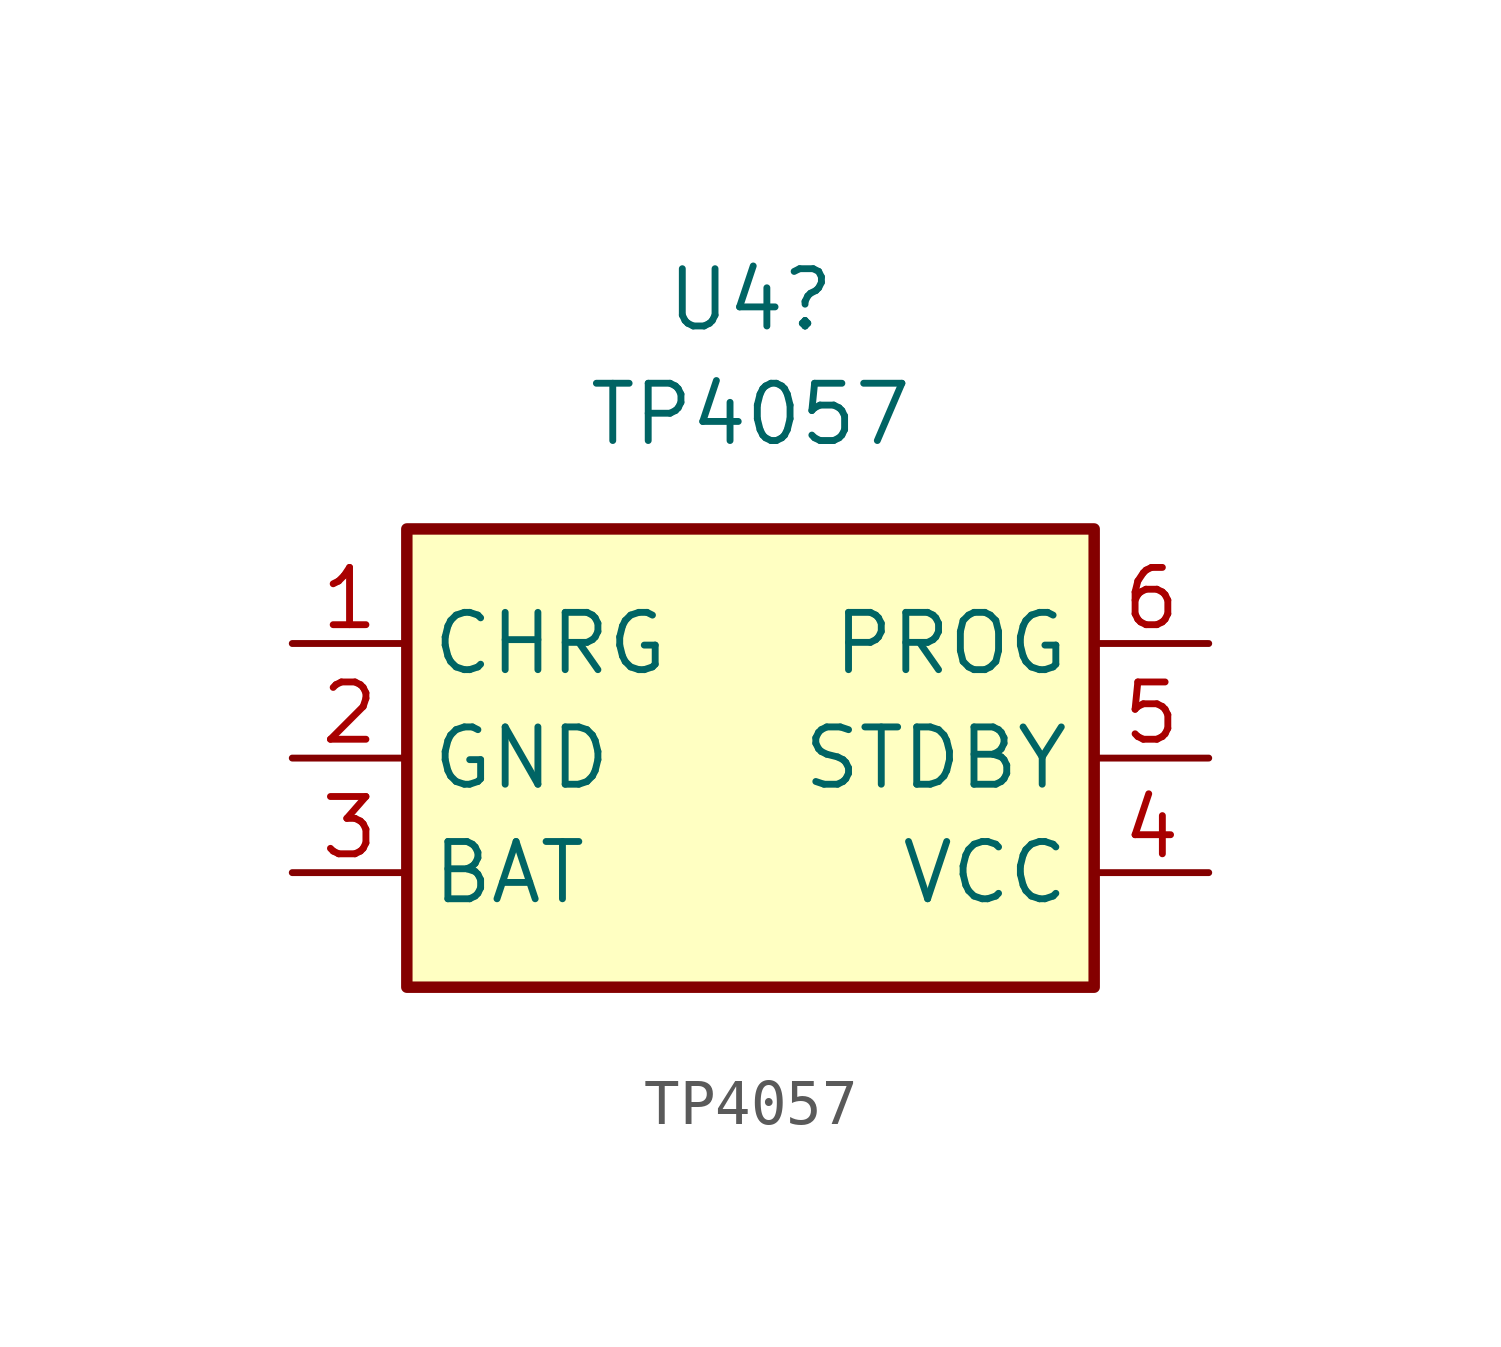
<source format=kicad_sym>
(kicad_symbol_lib
  (version 20231120)
  (generator "kicad_symbol_editor")
  (generator_version "8.0")
  (symbol "TP4057"
    (property "Reference" "U4"
      (at 0 10.16 0)
      (effects (font (size 1.27 1.27))))
    (property "Value" "TP4057"
      (at 0 7.62 0)
      (effects (font (size 1.27 1.27))))
    (symbol "TP4057_0_1"
      (rectangle (start -7.62 5.08) (end 7.62 -5.08) (stroke (width 0.254) (type default)) (fill (type background))))
    (symbol "TP4057_1_1"
      (pin open_collector line (at -10.16 2.54 0) (length 2.54) (name "CHRG" (effects (font (size 1.27 1.27)))) (number "1" (effects (font (size 1.27 1.27)))))
      (pin power_in line (at -10.16 0 0) (length 2.54) (name "GND" (effects (font (size 1.27 1.27)))) (number "2" (effects (font (size 1.27 1.27)))))
      (pin input line (at -10.16 -2.54 0) (length 2.54) (name "BAT" (effects (font (size 1.27 1.27)))) (number "3" (effects (font (size 1.27 1.27)))))
      (pin power_in line (at 10.16 -2.54 180) (length 2.54) (name "VCC" (effects (font (size 1.27 1.27)))) (number "4" (effects (font (size 1.27 1.27)))))
      (pin open_collector line (at 10.16 0 180) (length 2.54) (name "STDBY" (effects (font (size 1.27 1.27)))) (number "5" (effects (font (size 1.27 1.27)))))
      (pin input line (at 10.16 2.54 180) (length 2.54) (name "PROG" (effects (font (size 1.27 1.27)))) (number "6" (effects (font (size 1.27 1.27))))))))
</source>
